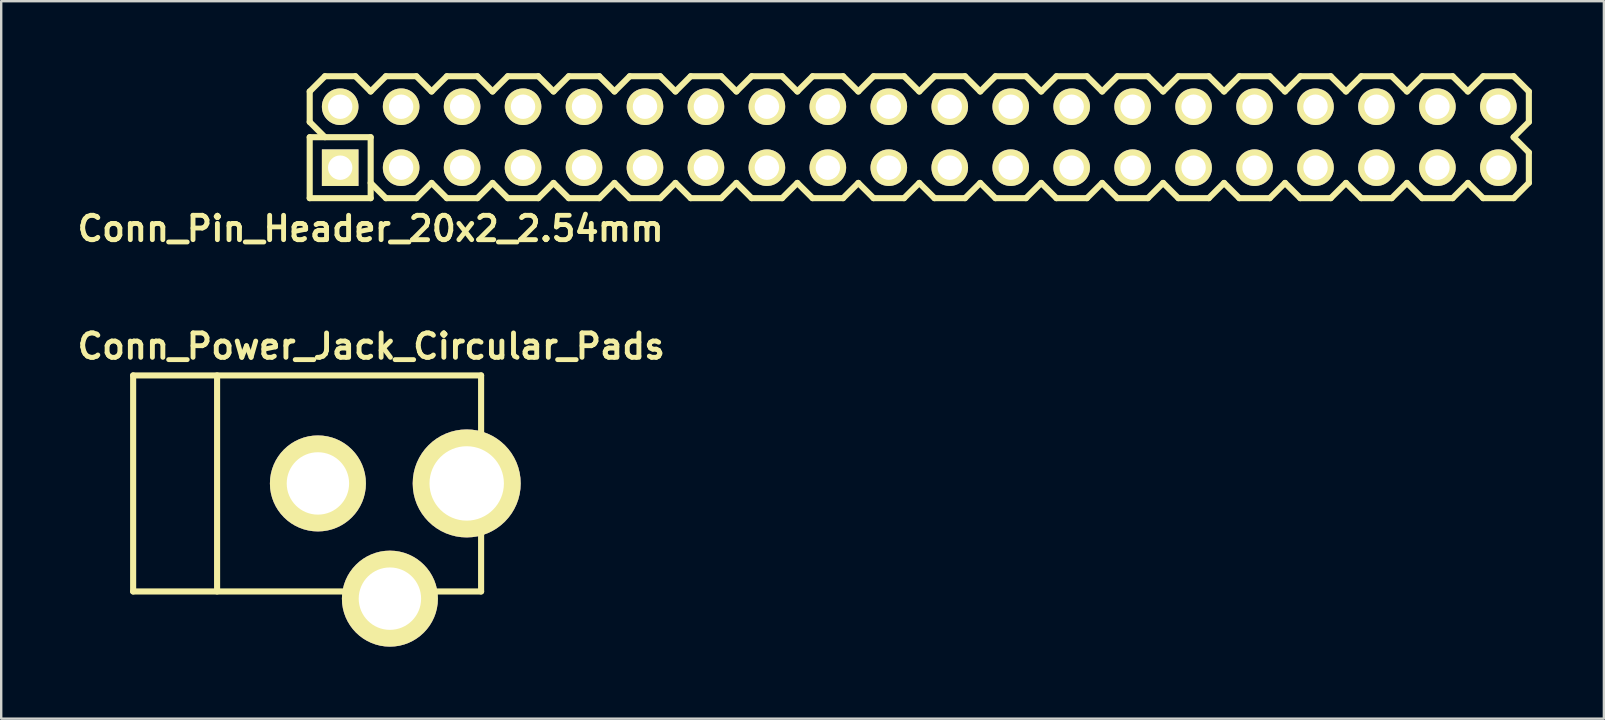
<source format=kicad_pcb>
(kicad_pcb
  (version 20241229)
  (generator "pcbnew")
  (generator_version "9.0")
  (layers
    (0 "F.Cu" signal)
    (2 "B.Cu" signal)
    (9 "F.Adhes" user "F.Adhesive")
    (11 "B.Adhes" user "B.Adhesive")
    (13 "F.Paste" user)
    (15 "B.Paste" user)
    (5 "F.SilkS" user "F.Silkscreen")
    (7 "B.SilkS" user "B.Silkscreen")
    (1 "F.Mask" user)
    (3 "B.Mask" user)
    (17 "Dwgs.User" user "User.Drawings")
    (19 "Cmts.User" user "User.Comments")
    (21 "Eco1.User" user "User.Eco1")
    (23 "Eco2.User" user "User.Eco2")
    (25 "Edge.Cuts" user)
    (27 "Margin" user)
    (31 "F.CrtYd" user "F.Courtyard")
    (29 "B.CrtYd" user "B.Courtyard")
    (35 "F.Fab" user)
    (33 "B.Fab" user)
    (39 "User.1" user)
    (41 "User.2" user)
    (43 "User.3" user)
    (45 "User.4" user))
  (footprint "Conn_Pin_Header_20x2_2.54mm"
    (layer "F.Cu")
    (at 35.255 2.667)
    (property "Reference" "Conn_Pin_Header_20x2_2.54mm" (at -22.86 3.81 0) (layer "F.SilkS") (effects (font (size 1.016 1.016) (thickness 0.203))))
    (attr through_hole)
    (fp_line (start -25.4 -1.905) (end -24.765 -2.54) (stroke (width 0.254) (type solid)) (layer "F.SilkS"))
    (fp_line (start -25.4 -0.635) (end -25.4 -1.905) (stroke (width 0.254) (type solid)) (layer "F.SilkS"))
    (fp_line (start -25.4 0) (end -22.86 0) (stroke (width 0.254) (type solid)) (layer "F.SilkS"))
    (fp_line (start -25.4 2.54) (end -25.4 0) (stroke (width 0.254) (type solid)) (layer "F.SilkS"))
    (fp_line (start -24.765 -2.54) (end -23.495 -2.54) (stroke (width 0.254) (type solid)) (layer "F.SilkS"))
    (fp_line (start -24.765 0) (end -25.4 -0.635) (stroke (width 0.254) (type solid)) (layer "F.SilkS"))
    (fp_line (start -23.495 -2.54) (end -22.86 -1.905) (stroke (width 0.254) (type solid)) (layer "F.SilkS"))
    (fp_line (start -22.86 -1.905) (end -22.225 -2.54) (stroke (width 0.254) (type solid)) (layer "F.SilkS"))
    (fp_line (start -22.86 0) (end -22.86 2.54) (stroke (width 0.254) (type solid)) (layer "F.SilkS"))
    (fp_line (start -22.86 2.54) (end -25.4 2.54) (stroke (width 0.254) (type solid)) (layer "F.SilkS"))
    (fp_line (start -22.225 -2.54) (end -20.955 -2.54) (stroke (width 0.254) (type solid)) (layer "F.SilkS"))
    (fp_line (start -22.225 2.54) (end -22.86 1.905) (stroke (width 0.254) (type solid)) (layer "F.SilkS"))
    (fp_line (start -20.955 -2.54) (end -20.32 -1.905) (stroke (width 0.254) (type solid)) (layer "F.SilkS"))
    (fp_line (start -20.955 2.54) (end -22.225 2.54) (stroke (width 0.254) (type solid)) (layer "F.SilkS"))
    (fp_line (start -20.32 -1.905) (end -19.685 -2.54) (stroke (width 0.254) (type solid)) (layer "F.SilkS"))
    (fp_line (start -20.32 1.905) (end -20.955 2.54) (stroke (width 0.254) (type solid)) (layer "F.SilkS"))
    (fp_line (start -19.685 -2.54) (end -18.415 -2.54) (stroke (width 0.254) (type solid)) (layer "F.SilkS"))
    (fp_line (start -19.685 2.54) (end -20.32 1.905) (stroke (width 0.254) (type solid)) (layer "F.SilkS"))
    (fp_line (start -18.415 -2.54) (end -17.78 -1.905) (stroke (width 0.254) (type solid)) (layer "F.SilkS"))
    (fp_line (start -18.415 2.54) (end -19.685 2.54) (stroke (width 0.254) (type solid)) (layer "F.SilkS"))
    (fp_line (start -17.78 -1.905) (end -17.145 -2.54) (stroke (width 0.254) (type solid)) (layer "F.SilkS"))
    (fp_line (start -17.78 1.905) (end -18.415 2.54) (stroke (width 0.254) (type solid)) (layer "F.SilkS"))
    (fp_line (start -17.145 -2.54) (end -15.875 -2.54) (stroke (width 0.254) (type solid)) (layer "F.SilkS"))
    (fp_line (start -17.145 2.54) (end -17.78 1.905) (stroke (width 0.254) (type solid)) (layer "F.SilkS"))
    (fp_line (start -15.875 -2.54) (end -15.24 -1.905) (stroke (width 0.254) (type solid)) (layer "F.SilkS"))
    (fp_line (start -15.875 2.54) (end -17.145 2.54) (stroke (width 0.254) (type solid)) (layer "F.SilkS"))
    (fp_line (start -15.24 -1.905) (end -14.605 -2.54) (stroke (width 0.254) (type solid)) (layer "F.SilkS"))
    (fp_line (start -15.24 1.905) (end -15.875 2.54) (stroke (width 0.254) (type solid)) (layer "F.SilkS"))
    (fp_line (start -14.605 -2.54) (end -13.335 -2.54) (stroke (width 0.254) (type solid)) (layer "F.SilkS"))
    (fp_line (start -14.605 2.54) (end -15.24 1.905) (stroke (width 0.254) (type solid)) (layer "F.SilkS"))
    (fp_line (start -13.335 -2.54) (end -12.7 -1.905) (stroke (width 0.254) (type solid)) (layer "F.SilkS"))
    (fp_line (start -13.335 2.54) (end -14.605 2.54) (stroke (width 0.254) (type solid)) (layer "F.SilkS"))
    (fp_line (start -12.7 -1.905) (end -12.065 -2.54) (stroke (width 0.254) (type solid)) (layer "F.SilkS"))
    (fp_line (start -12.7 1.905) (end -13.335 2.54) (stroke (width 0.254) (type solid)) (layer "F.SilkS"))
    (fp_line (start -12.065 -2.54) (end -10.795 -2.54) (stroke (width 0.254) (type solid)) (layer "F.SilkS"))
    (fp_line (start -12.065 2.54) (end -12.7 1.905) (stroke (width 0.254) (type solid)) (layer "F.SilkS"))
    (fp_line (start -10.795 -2.54) (end -10.16 -1.905) (stroke (width 0.254) (type solid)) (layer "F.SilkS"))
    (fp_line (start -10.795 2.54) (end -12.065 2.54) (stroke (width 0.254) (type solid)) (layer "F.SilkS"))
    (fp_line (start -10.16 -1.905) (end -9.525 -2.54) (stroke (width 0.254) (type solid)) (layer "F.SilkS"))
    (fp_line (start -10.16 1.905) (end -10.795 2.54) (stroke (width 0.254) (type solid)) (layer "F.SilkS"))
    (fp_line (start -9.525 -2.54) (end -8.255 -2.54) (stroke (width 0.254) (type solid)) (layer "F.SilkS"))
    (fp_line (start -9.525 2.54) (end -10.16 1.905) (stroke (width 0.254) (type solid)) (layer "F.SilkS"))
    (fp_line (start -8.255 -2.54) (end -7.62 -1.905) (stroke (width 0.254) (type solid)) (layer "F.SilkS"))
    (fp_line (start -8.255 2.54) (end -9.525 2.54) (stroke (width 0.254) (type solid)) (layer "F.SilkS"))
    (fp_line (start -7.62 -1.905) (end -6.985 -2.54) (stroke (width 0.254) (type solid)) (layer "F.SilkS"))
    (fp_line (start -7.62 1.905) (end -8.255 2.54) (stroke (width 0.254) (type solid)) (layer "F.SilkS"))
    (fp_line (start -6.985 -2.54) (end -5.715 -2.54) (stroke (width 0.254) (type solid)) (layer "F.SilkS"))
    (fp_line (start -6.985 2.54) (end -7.62 1.905) (stroke (width 0.254) (type solid)) (layer "F.SilkS"))
    (fp_line (start -5.715 -2.54) (end -5.08 -1.905) (stroke (width 0.254) (type solid)) (layer "F.SilkS"))
    (fp_line (start -5.715 2.54) (end -6.985 2.54) (stroke (width 0.254) (type solid)) (layer "F.SilkS"))
    (fp_line (start -5.08 -1.905) (end -4.445 -2.54) (stroke (width 0.254) (type solid)) (layer "F.SilkS"))
    (fp_line (start -5.08 1.905) (end -5.715 2.54) (stroke (width 0.254) (type solid)) (layer "F.SilkS"))
    (fp_line (start -4.445 -2.54) (end -3.175 -2.54) (stroke (width 0.254) (type solid)) (layer "F.SilkS"))
    (fp_line (start -4.445 2.54) (end -5.08 1.905) (stroke (width 0.254) (type solid)) (layer "F.SilkS"))
    (fp_line (start -3.175 -2.54) (end -2.54 -1.905) (stroke (width 0.254) (type solid)) (layer "F.SilkS"))
    (fp_line (start -3.175 2.54) (end -4.445 2.54) (stroke (width 0.254) (type solid)) (layer "F.SilkS"))
    (fp_line (start -2.54 -1.905) (end -1.905 -2.54) (stroke (width 0.254) (type solid)) (layer "F.SilkS"))
    (fp_line (start -2.54 1.905) (end -3.175 2.54) (stroke (width 0.254) (type solid)) (layer "F.SilkS"))
    (fp_line (start -1.905 -2.54) (end -0.635 -2.54) (stroke (width 0.254) (type solid)) (layer "F.SilkS"))
    (fp_line (start -1.905 2.54) (end -2.54 1.905) (stroke (width 0.254) (type solid)) (layer "F.SilkS"))
    (fp_line (start -0.635 -2.54) (end 0 -1.905) (stroke (width 0.254) (type solid)) (layer "F.SilkS"))
    (fp_line (start -0.635 2.54) (end -1.905 2.54) (stroke (width 0.254) (type solid)) (layer "F.SilkS"))
    (fp_line (start 0 -1.905) (end 0.635 -2.54) (stroke (width 0.254) (type solid)) (layer "F.SilkS"))
    (fp_line (start 0 1.905) (end -0.635 2.54) (stroke (width 0.254) (type solid)) (layer "F.SilkS"))
    (fp_line (start 0.635 -2.54) (end 1.905 -2.54) (stroke (width 0.254) (type solid)) (layer "F.SilkS"))
    (fp_line (start 0.635 2.54) (end 0 1.905) (stroke (width 0.254) (type solid)) (layer "F.SilkS"))
    (fp_line (start 1.905 -2.54) (end 2.54 -1.905) (stroke (width 0.254) (type solid)) (layer "F.SilkS"))
    (fp_line (start 1.905 2.54) (end 0.635 2.54) (stroke (width 0.254) (type solid)) (layer "F.SilkS"))
    (fp_line (start 2.54 -1.905) (end 3.175 -2.54) (stroke (width 0.254) (type solid)) (layer "F.SilkS"))
    (fp_line (start 2.54 1.905) (end 1.905 2.54) (stroke (width 0.254) (type solid)) (layer "F.SilkS"))
    (fp_line (start 3.175 -2.54) (end 4.445 -2.54) (stroke (width 0.254) (type solid)) (layer "F.SilkS"))
    (fp_line (start 3.175 2.54) (end 2.54 1.905) (stroke (width 0.254) (type solid)) (layer "F.SilkS"))
    (fp_line (start 4.445 -2.54) (end 5.08 -1.905) (stroke (width 0.254) (type solid)) (layer "F.SilkS"))
    (fp_line (start 4.445 2.54) (end 3.175 2.54) (stroke (width 0.254) (type solid)) (layer "F.SilkS"))
    (fp_line (start 5.08 -1.905) (end 5.715 -2.54) (stroke (width 0.254) (type solid)) (layer "F.SilkS"))
    (fp_line (start 5.08 1.905) (end 4.445 2.54) (stroke (width 0.254) (type solid)) (layer "F.SilkS"))
    (fp_line (start 5.715 -2.54) (end 6.985 -2.54) (stroke (width 0.254) (type solid)) (layer "F.SilkS"))
    (fp_line (start 5.715 2.54) (end 5.08 1.905) (stroke (width 0.254) (type solid)) (layer "F.SilkS"))
    (fp_line (start 6.985 -2.54) (end 7.62 -1.905) (stroke (width 0.254) (type solid)) (layer "F.SilkS"))
    (fp_line (start 6.985 2.54) (end 5.715 2.54) (stroke (width 0.254) (type solid)) (layer "F.SilkS"))
    (fp_line (start 7.62 -1.905) (end 8.255 -2.54) (stroke (width 0.254) (type solid)) (layer "F.SilkS"))
    (fp_line (start 7.62 1.905) (end 6.985 2.54) (stroke (width 0.254) (type solid)) (layer "F.SilkS"))
    (fp_line (start 8.255 -2.54) (end 9.525 -2.54) (stroke (width 0.254) (type solid)) (layer "F.SilkS"))
    (fp_line (start 8.255 2.54) (end 7.62 1.905) (stroke (width 0.254) (type solid)) (layer "F.SilkS"))
    (fp_line (start 9.525 -2.54) (end 10.16 -1.905) (stroke (width 0.254) (type solid)) (layer "F.SilkS"))
    (fp_line (start 9.525 2.54) (end 8.255 2.54) (stroke (width 0.254) (type solid)) (layer "F.SilkS"))
    (fp_line (start 10.16 -1.905) (end 10.795 -2.54) (stroke (width 0.254) (type solid)) (layer "F.SilkS"))
    (fp_line (start 10.16 1.905) (end 9.525 2.54) (stroke (width 0.254) (type solid)) (layer "F.SilkS"))
    (fp_line (start 10.795 -2.54) (end 12.065 -2.54) (stroke (width 0.254) (type solid)) (layer "F.SilkS"))
    (fp_line (start 10.795 2.54) (end 10.16 1.905) (stroke (width 0.254) (type solid)) (layer "F.SilkS"))
    (fp_line (start 12.065 -2.54) (end 12.7 -1.905) (stroke (width 0.254) (type solid)) (layer "F.SilkS"))
    (fp_line (start 12.065 2.54) (end 10.795 2.54) (stroke (width 0.254) (type solid)) (layer "F.SilkS"))
    (fp_line (start 12.7 -1.905) (end 13.335 -2.54) (stroke (width 0.254) (type solid)) (layer "F.SilkS"))
    (fp_line (start 12.7 1.905) (end 12.065 2.54) (stroke (width 0.254) (type solid)) (layer "F.SilkS"))
    (fp_line (start 13.335 -2.54) (end 14.605 -2.54) (stroke (width 0.254) (type solid)) (layer "F.SilkS"))
    (fp_line (start 13.335 2.54) (end 12.7 1.905) (stroke (width 0.254) (type solid)) (layer "F.SilkS"))
    (fp_line (start 14.605 -2.54) (end 15.24 -1.905) (stroke (width 0.254) (type solid)) (layer "F.SilkS"))
    (fp_line (start 14.605 2.54) (end 13.335 2.54) (stroke (width 0.254) (type solid)) (layer "F.SilkS"))
    (fp_line (start 15.24 -1.905) (end 15.875 -2.54) (stroke (width 0.254) (type solid)) (layer "F.SilkS"))
    (fp_line (start 15.24 1.905) (end 14.605 2.54) (stroke (width 0.254) (type solid)) (layer "F.SilkS"))
    (fp_line (start 15.875 -2.54) (end 17.145 -2.54) (stroke (width 0.254) (type solid)) (layer "F.SilkS"))
    (fp_line (start 15.875 2.54) (end 15.24 1.905) (stroke (width 0.254) (type solid)) (layer "F.SilkS"))
    (fp_line (start 15.875 2.54) (end 17.145 2.54) (stroke (width 0.254) (type solid)) (layer "F.SilkS"))
    (fp_line (start 17.145 -2.54) (end 17.78 -1.905) (stroke (width 0.254) (type solid)) (layer "F.SilkS"))
    (fp_line (start 17.145 2.54) (end 17.78 1.905) (stroke (width 0.254) (type solid)) (layer "F.SilkS"))
    (fp_line (start 17.78 -1.905) (end 18.415 -2.54) (stroke (width 0.254) (type solid)) (layer "F.SilkS"))
    (fp_line (start 17.78 1.905) (end 18.415 2.54) (stroke (width 0.254) (type solid)) (layer "F.SilkS"))
    (fp_line (start 18.415 -2.54) (end 19.685 -2.54) (stroke (width 0.254) (type solid)) (layer "F.SilkS"))
    (fp_line (start 18.415 2.54) (end 19.685 2.54) (stroke (width 0.254) (type solid)) (layer "F.SilkS"))
    (fp_line (start 19.685 -2.54) (end 20.32 -1.905) (stroke (width 0.254) (type solid)) (layer "F.SilkS"))
    (fp_line (start 19.685 2.54) (end 20.32 1.905) (stroke (width 0.254) (type solid)) (layer "F.SilkS"))
    (fp_line (start 20.32 -1.905) (end 20.955 -2.54) (stroke (width 0.254) (type solid)) (layer "F.SilkS"))
    (fp_line (start 20.32 1.905) (end 20.955 2.54) (stroke (width 0.254) (type solid)) (layer "F.SilkS"))
    (fp_line (start 20.955 -2.54) (end 22.225 -2.54) (stroke (width 0.254) (type solid)) (layer "F.SilkS"))
    (fp_line (start 20.955 2.54) (end 22.225 2.54) (stroke (width 0.254) (type solid)) (layer "F.SilkS"))
    (fp_line (start 22.225 -2.54) (end 22.86 -1.905) (stroke (width 0.254) (type solid)) (layer "F.SilkS"))
    (fp_line (start 22.225 2.54) (end 22.86 1.905) (stroke (width 0.254) (type solid)) (layer "F.SilkS"))
    (fp_line (start 22.86 -1.905) (end 23.495 -2.54) (stroke (width 0.254) (type solid)) (layer "F.SilkS"))
    (fp_line (start 22.86 1.905) (end 23.495 2.54) (stroke (width 0.254) (type solid)) (layer "F.SilkS"))
    (fp_line (start 23.495 -2.54) (end 24.765 -2.54) (stroke (width 0.254) (type solid)) (layer "F.SilkS"))
    (fp_line (start 24.765 -2.54) (end 25.4 -1.905) (stroke (width 0.254) (type solid)) (layer "F.SilkS"))
    (fp_line (start 24.765 0) (end 25.4 0.635) (stroke (width 0.254) (type solid)) (layer "F.SilkS"))
    (fp_line (start 24.765 2.54) (end 23.495 2.54) (stroke (width 0.254) (type solid)) (layer "F.SilkS"))
    (fp_line (start 25.4 -1.905) (end 25.4 -0.635) (stroke (width 0.254) (type solid)) (layer "F.SilkS"))
    (fp_line (start 25.4 -0.635) (end 24.765 0) (stroke (width 0.254) (type solid)) (layer "F.SilkS"))
    (fp_line (start 25.4 0.635) (end 25.4 1.905) (stroke (width 0.254) (type solid)) (layer "F.SilkS"))
    (fp_line (start 25.4 1.905) (end 24.765 2.54) (stroke (width 0.254) (type solid)) (layer "F.SilkS"))
    (pad "1" thru_hole rect (at -24.13 1.27) (size 1.524 1.524) (drill 1.016) (layers "*.Cu" "*.Mask" "F.SilkS"))
    (pad "2" thru_hole circle (at -24.13 -1.27) (size 1.524 1.524) (drill 1.016) (layers "*.Cu" "*.Mask" "F.SilkS"))
    (pad "3" thru_hole circle (at -21.59 1.27) (size 1.524 1.524) (drill 1.016) (layers "*.Cu" "*.Mask" "F.SilkS"))
    (pad "4" thru_hole circle (at -21.59 -1.27) (size 1.524 1.524) (drill 1.016) (layers "*.Cu" "*.Mask" "F.SilkS"))
    (pad "5" thru_hole circle (at -19.05 1.27) (size 1.524 1.524) (drill 1.016) (layers "*.Cu" "*.Mask" "F.SilkS"))
    (pad "6" thru_hole circle (at -19.05 -1.27) (size 1.524 1.524) (drill 1.016) (layers "*.Cu" "*.Mask" "F.SilkS"))
    (pad "7" thru_hole circle (at -16.51 1.27) (size 1.524 1.524) (drill 1.016) (layers "*.Cu" "*.Mask" "F.SilkS"))
    (pad "8" thru_hole circle (at -16.51 -1.27) (size 1.524 1.524) (drill 1.016) (layers "*.Cu" "*.Mask" "F.SilkS"))
    (pad "9" thru_hole circle (at -13.97 1.27) (size 1.524 1.524) (drill 1.016) (layers "*.Cu" "*.Mask" "F.SilkS"))
    (pad "10" thru_hole circle (at -13.97 -1.27) (size 1.524 1.524) (drill 1.016) (layers "*.Cu" "*.Mask" "F.SilkS"))
    (pad "11" thru_hole circle (at -11.43 1.27) (size 1.524 1.524) (drill 1.016) (layers "*.Cu" "*.Mask" "F.SilkS"))
    (pad "12" thru_hole circle (at -11.43 -1.27) (size 1.524 1.524) (drill 1.016) (layers "*.Cu" "*.Mask" "F.SilkS"))
    (pad "13" thru_hole circle (at -8.89 1.27) (size 1.524 1.524) (drill 1.016) (layers "*.Cu" "*.Mask" "F.SilkS"))
    (pad "14" thru_hole circle (at -8.89 -1.27) (size 1.524 1.524) (drill 1.016) (layers "*.Cu" "*.Mask" "F.SilkS"))
    (pad "15" thru_hole circle (at -6.35 1.27) (size 1.524 1.524) (drill 1.016) (layers "*.Cu" "*.Mask" "F.SilkS"))
    (pad "16" thru_hole circle (at -6.35 -1.27) (size 1.524 1.524) (drill 1.016) (layers "*.Cu" "*.Mask" "F.SilkS"))
    (pad "17" thru_hole circle (at -3.81 1.27) (size 1.524 1.524) (drill 1.016) (layers "*.Cu" "*.Mask" "F.SilkS"))
    (pad "18" thru_hole circle (at -3.81 -1.27) (size 1.524 1.524) (drill 1.016) (layers "*.Cu" "*.Mask" "F.SilkS"))
    (pad "19" thru_hole circle (at -1.27 1.27) (size 1.524 1.524) (drill 1.016) (layers "*.Cu" "*.Mask" "F.SilkS"))
    (pad "20" thru_hole circle (at -1.27 -1.27) (size 1.524 1.524) (drill 1.016) (layers "*.Cu" "*.Mask" "F.SilkS"))
    (pad "21" thru_hole circle (at 1.27 1.27) (size 1.524 1.524) (drill 1.016) (layers "*.Cu" "*.Mask" "F.SilkS"))
    (pad "22" thru_hole circle (at 1.27 -1.27) (size 1.524 1.524) (drill 1.016) (layers "*.Cu" "*.Mask" "F.SilkS"))
    (pad "23" thru_hole circle (at 3.81 1.27) (size 1.524 1.524) (drill 1.016) (layers "*.Cu" "*.Mask" "F.SilkS"))
    (pad "24" thru_hole circle (at 3.81 -1.27) (size 1.524 1.524) (drill 1.016) (layers "*.Cu" "*.Mask" "F.SilkS"))
    (pad "25" thru_hole circle (at 6.35 1.27) (size 1.524 1.524) (drill 1.016) (layers "*.Cu" "*.Mask" "F.SilkS"))
    (pad "26" thru_hole circle (at 6.35 -1.27) (size 1.524 1.524) (drill 1.016) (layers "*.Cu" "*.Mask" "F.SilkS"))
    (pad "27" thru_hole circle (at 8.89 1.27) (size 1.524 1.524) (drill 1.016) (layers "*.Cu" "*.Mask" "F.SilkS"))
    (pad "28" thru_hole circle (at 8.89 -1.27) (size 1.524 1.524) (drill 1.016) (layers "*.Cu" "*.Mask" "F.SilkS"))
    (pad "29" thru_hole circle (at 11.43 1.27) (size 1.524 1.524) (drill 1.016) (layers "*.Cu" "*.Mask" "F.SilkS"))
    (pad "30" thru_hole circle (at 11.43 -1.27) (size 1.524 1.524) (drill 1.016) (layers "*.Cu" "*.Mask" "F.SilkS"))
    (pad "31" thru_hole circle (at 13.97 1.27) (size 1.524 1.524) (drill 1.016) (layers "*.Cu" "*.Mask" "F.SilkS"))
    (pad "32" thru_hole circle (at 13.97 -1.27) (size 1.524 1.524) (drill 1.016) (layers "*.Cu" "*.Mask" "F.SilkS"))
    (pad "33" thru_hole circle (at 16.51 1.27) (size 1.524 1.524) (drill 1.016) (layers "*.Cu" "*.Mask" "F.SilkS"))
    (pad "34" thru_hole circle (at 16.51 -1.27) (size 1.524 1.524) (drill 1.016) (layers "*.Cu" "*.Mask" "F.SilkS"))
    (pad "35" thru_hole circle (at 19.05 1.27) (size 1.524 1.524) (drill 1.016) (layers "*.Cu" "*.Mask" "F.SilkS"))
    (pad "36" thru_hole circle (at 19.05 -1.27) (size 1.524 1.524) (drill 1.016) (layers "*.Cu" "*.Mask" "F.SilkS"))
    (pad "37" thru_hole circle (at 21.59 1.27) (size 1.524 1.524) (drill 1.016) (layers "*.Cu" "*.Mask" "F.SilkS"))
    (pad "38" thru_hole circle (at 21.59 -1.27) (size 1.524 1.524) (drill 1.016) (layers "*.Cu" "*.Mask" "F.SilkS"))
    (pad "39" thru_hole circle (at 24.13 1.27) (size 1.524 1.524) (drill 1.016) (layers "*.Cu" "*.Mask" "F.SilkS"))
    (pad "40" thru_hole circle (at 24.13 -1.27) (size 1.524 1.524) (drill 1.016) (layers "*.Cu" "*.Mask" "F.SilkS")))
  (footprint "Conn_Power_Jack_Circular_Pads"
    (layer "F.Cu")
    (at 10.197 17.094)
    (property "Reference" "Conn_Power_Jack_Circular_Pads" (at 2.223 -5.715 0) (layer "F.SilkS") (effects (font (size 1.016 1.016) (thickness 0.203))))
    (attr through_hole)
    (fp_line (start -7.699 -4.501) (end 6.8 -4.501) (stroke (width 0.254) (type solid)) (layer "F.SilkS"))
    (fp_line (start -7.699 4.501) (end -7.699 -4.501) (stroke (width 0.254) (type solid)) (layer "F.SilkS"))
    (fp_line (start -4.201 -4.501) (end -4.201 4.501) (stroke (width 0.254) (type solid)) (layer "F.SilkS"))
    (fp_line (start 6.8 -4.501) (end 6.8 4.501) (stroke (width 0.254) (type solid)) (layer "F.SilkS"))
    (fp_line (start 6.8 4.501) (end -7.699 4.501) (stroke (width 0.254) (type solid)) (layer "F.SilkS"))
    (pad "1" thru_hole circle (at 6.2 0) (size 4.5 4.5) (drill 3.1) (layers "*.Cu" "*.Mask" "F.SilkS"))
    (pad "2" thru_hole circle (at 0 0) (size 4 4) (drill 2.6) (layers "*.Cu" "*.Mask" "F.SilkS"))
    (pad "3" thru_hole circle (at 3 4.801) (size 4 4) (drill 2.6) (layers "*.Cu" "*.Mask" "F.SilkS")))
  (gr_rect
    (start -3 -3)
    (end 63.782 26.895)
    (stroke (width 0.1) (type default))
    (fill no)
    (layer "Edge.Cuts")))
</source>
